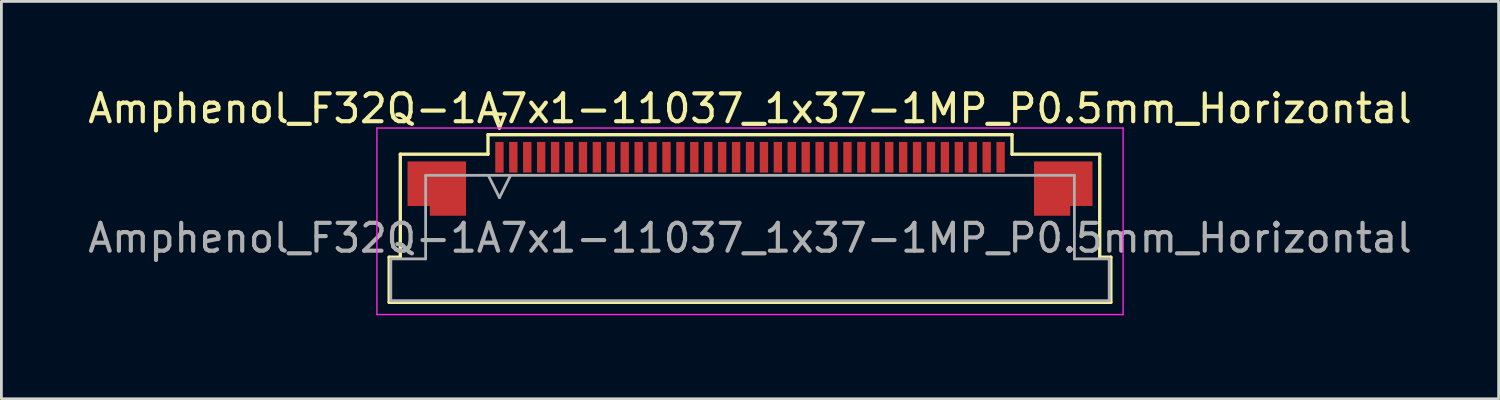
<source format=kicad_pcb>
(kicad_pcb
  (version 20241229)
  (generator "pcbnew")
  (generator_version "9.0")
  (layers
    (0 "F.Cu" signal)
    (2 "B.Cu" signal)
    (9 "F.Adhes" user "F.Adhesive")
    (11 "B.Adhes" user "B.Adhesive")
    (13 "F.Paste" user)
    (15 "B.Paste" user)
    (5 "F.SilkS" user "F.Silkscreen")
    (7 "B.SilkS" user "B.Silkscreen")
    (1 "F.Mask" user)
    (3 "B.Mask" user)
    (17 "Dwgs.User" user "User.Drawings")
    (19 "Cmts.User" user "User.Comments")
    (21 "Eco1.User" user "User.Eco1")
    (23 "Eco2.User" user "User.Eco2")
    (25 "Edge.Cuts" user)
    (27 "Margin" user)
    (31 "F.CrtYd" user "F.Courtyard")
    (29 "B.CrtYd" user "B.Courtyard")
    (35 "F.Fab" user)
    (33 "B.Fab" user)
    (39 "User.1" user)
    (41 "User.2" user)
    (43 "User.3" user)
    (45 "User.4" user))
  (footprint "Amphenol_F32Q-1A7x1-11037_1x37-1MP_P0.5mm_Horizontal"
    (layer "F.Cu")
    (at 23.887 5.498)
    (property "Reference" "Amphenol_F32Q-1A7x1-11037_1x37-1MP_P0.5mm_Horizontal" (at 0 -4.65 0) (layer "F.SilkS") (effects (font (size 1 1) (thickness 0.15))))
    (attr smd)
    (fp_line (start -12.96 0.69) (end -12.56 0.69) (stroke (width 0.12) (type solid)) (layer "F.SilkS"))
    (fp_line (start -12.96 2.31) (end -12.96 0.69) (stroke (width 0.12) (type solid)) (layer "F.SilkS"))
    (fp_line (start -12.56 -3.01) (end -9.41 -3.01) (stroke (width 0.12) (type solid)) (layer "F.SilkS"))
    (fp_line (start -12.56 0.69) (end -12.56 -3.01) (stroke (width 0.12) (type solid)) (layer "F.SilkS"))
    (fp_line (start -9.41 -3.71) (end 9.41 -3.71) (stroke (width 0.12) (type solid)) (layer "F.SilkS"))
    (fp_line (start -9.41 -3.01) (end -9.41 -3.71) (stroke (width 0.12) (type solid)) (layer "F.SilkS"))
    (fp_line (start -9.2 -4.45) (end -9 -3.95) (stroke (width 0.12) (type solid)) (layer "F.SilkS"))
    (fp_line (start -9 -3.95) (end -8.8 -4.45) (stroke (width 0.12) (type solid)) (layer "F.SilkS"))
    (fp_line (start -8.8 -4.45) (end -9.2 -4.45) (stroke (width 0.12) (type solid)) (layer "F.SilkS"))
    (fp_line (start 9.41 -3.71) (end 9.41 -3.01) (stroke (width 0.12) (type solid)) (layer "F.SilkS"))
    (fp_line (start 9.41 -3.01) (end 12.56 -3.01) (stroke (width 0.12) (type solid)) (layer "F.SilkS"))
    (fp_line (start 12.56 -3.01) (end 12.56 0.69) (stroke (width 0.12) (type solid)) (layer "F.SilkS"))
    (fp_line (start 12.56 0.69) (end 12.96 0.69) (stroke (width 0.12) (type solid)) (layer "F.SilkS"))
    (fp_line (start 12.96 0.69) (end 12.96 2.31) (stroke (width 0.12) (type solid)) (layer "F.SilkS"))
    (fp_line (start 12.96 2.31) (end -12.96 2.31) (stroke (width 0.12) (type solid)) (layer "F.SilkS"))
    (fp_line (start -13.4 -3.95) (end -13.4 2.75) (stroke (width 0.05) (type solid)) (layer "F.CrtYd"))
    (fp_line (start -13.4 2.75) (end 13.4 2.75) (stroke (width 0.05) (type solid)) (layer "F.CrtYd"))
    (fp_line (start 13.4 -3.95) (end -13.4 -3.95) (stroke (width 0.05) (type solid)) (layer "F.CrtYd"))
    (fp_line (start 13.4 2.75) (end 13.4 -3.95) (stroke (width 0.05) (type solid)) (layer "F.CrtYd"))
    (fp_line (start -12.9 0.75) (end -11.65 0.75) (stroke (width 0.1) (type solid)) (layer "F.Fab"))
    (fp_line (start -12.9 2.25) (end -12.9 0.75) (stroke (width 0.1) (type solid)) (layer "F.Fab"))
    (fp_line (start -11.65 -2.25) (end 11.65 -2.25) (stroke (width 0.1) (type solid)) (layer "F.Fab"))
    (fp_line (start -11.65 0.75) (end -11.65 -2.25) (stroke (width 0.1) (type solid)) (layer "F.Fab"))
    (fp_line (start -9.4 -2.25) (end -9 -1.45) (stroke (width 0.1) (type solid)) (layer "F.Fab"))
    (fp_line (start -9 -1.45) (end -8.6 -2.25) (stroke (width 0.1) (type solid)) (layer "F.Fab"))
    (fp_line (start 11.65 -2.25) (end 11.65 0.75) (stroke (width 0.1) (type solid)) (layer "F.Fab"))
    (fp_line (start 11.65 0.75) (end 12.9 0.75) (stroke (width 0.1) (type solid)) (layer "F.Fab"))
    (fp_line (start 12.9 0.75) (end 12.9 2.25) (stroke (width 0.1) (type solid)) (layer "F.Fab"))
    (fp_line (start 12.9 2.25) (end -12.9 2.25) (stroke (width 0.1) (type solid)) (layer "F.Fab"))
    (fp_text user "${REFERENCE}" (at 0 0 0) (layer "F.Fab") (effects (font (size 1 1) (thickness 0.15))))
    (pad "1" smd rect (at -9 -2.9) (size 0.3 1.1) (layers "F.Cu" "F.Mask" "F.Paste"))
    (pad "2" smd rect (at -8.5 -2.9) (size 0.3 1.1) (layers "F.Cu" "F.Mask" "F.Paste"))
    (pad "3" smd rect (at -8 -2.9) (size 0.3 1.1) (layers "F.Cu" "F.Mask" "F.Paste"))
    (pad "4" smd rect (at -7.5 -2.9) (size 0.3 1.1) (layers "F.Cu" "F.Mask" "F.Paste"))
    (pad "5" smd rect (at -7 -2.9) (size 0.3 1.1) (layers "F.Cu" "F.Mask" "F.Paste"))
    (pad "6" smd rect (at -6.5 -2.9) (size 0.3 1.1) (layers "F.Cu" "F.Mask" "F.Paste"))
    (pad "7" smd rect (at -6 -2.9) (size 0.3 1.1) (layers "F.Cu" "F.Mask" "F.Paste"))
    (pad "8" smd rect (at -5.5 -2.9) (size 0.3 1.1) (layers "F.Cu" "F.Mask" "F.Paste"))
    (pad "9" smd rect (at -5 -2.9) (size 0.3 1.1) (layers "F.Cu" "F.Mask" "F.Paste"))
    (pad "10" smd rect (at -4.5 -2.9) (size 0.3 1.1) (layers "F.Cu" "F.Mask" "F.Paste"))
    (pad "11" smd rect (at -4 -2.9) (size 0.3 1.1) (layers "F.Cu" "F.Mask" "F.Paste"))
    (pad "12" smd rect (at -3.5 -2.9) (size 0.3 1.1) (layers "F.Cu" "F.Mask" "F.Paste"))
    (pad "13" smd rect (at -3 -2.9) (size 0.3 1.1) (layers "F.Cu" "F.Mask" "F.Paste"))
    (pad "14" smd rect (at -2.5 -2.9) (size 0.3 1.1) (layers "F.Cu" "F.Mask" "F.Paste"))
    (pad "15" smd rect (at -2 -2.9) (size 0.3 1.1) (layers "F.Cu" "F.Mask" "F.Paste"))
    (pad "16" smd rect (at -1.5 -2.9) (size 0.3 1.1) (layers "F.Cu" "F.Mask" "F.Paste"))
    (pad "17" smd rect (at -1 -2.9) (size 0.3 1.1) (layers "F.Cu" "F.Mask" "F.Paste"))
    (pad "18" smd rect (at -0.5 -2.9) (size 0.3 1.1) (layers "F.Cu" "F.Mask" "F.Paste"))
    (pad "19" smd rect (at 0 -2.9) (size 0.3 1.1) (layers "F.Cu" "F.Mask" "F.Paste"))
    (pad "20" smd rect (at 0.5 -2.9) (size 0.3 1.1) (layers "F.Cu" "F.Mask" "F.Paste"))
    (pad "21" smd rect (at 1 -2.9) (size 0.3 1.1) (layers "F.Cu" "F.Mask" "F.Paste"))
    (pad "22" smd rect (at 1.5 -2.9) (size 0.3 1.1) (layers "F.Cu" "F.Mask" "F.Paste"))
    (pad "23" smd rect (at 2 -2.9) (size 0.3 1.1) (layers "F.Cu" "F.Mask" "F.Paste"))
    (pad "24" smd rect (at 2.5 -2.9) (size 0.3 1.1) (layers "F.Cu" "F.Mask" "F.Paste"))
    (pad "25" smd rect (at 3 -2.9) (size 0.3 1.1) (layers "F.Cu" "F.Mask" "F.Paste"))
    (pad "26" smd rect (at 3.5 -2.9) (size 0.3 1.1) (layers "F.Cu" "F.Mask" "F.Paste"))
    (pad "27" smd rect (at 4 -2.9) (size 0.3 1.1) (layers "F.Cu" "F.Mask" "F.Paste"))
    (pad "28" smd rect (at 4.5 -2.9) (size 0.3 1.1) (layers "F.Cu" "F.Mask" "F.Paste"))
    (pad "29" smd rect (at 5 -2.9) (size 0.3 1.1) (layers "F.Cu" "F.Mask" "F.Paste"))
    (pad "30" smd rect (at 5.5 -2.9) (size 0.3 1.1) (layers "F.Cu" "F.Mask" "F.Paste"))
    (pad "31" smd rect (at 6 -2.9) (size 0.3 1.1) (layers "F.Cu" "F.Mask" "F.Paste"))
    (pad "32" smd rect (at 6.5 -2.9) (size 0.3 1.1) (layers "F.Cu" "F.Mask" "F.Paste"))
    (pad "33" smd rect (at 7 -2.9) (size 0.3 1.1) (layers "F.Cu" "F.Mask" "F.Paste"))
    (pad "34" smd rect (at 7.5 -2.9) (size 0.3 1.1) (layers "F.Cu" "F.Mask" "F.Paste"))
    (pad "35" smd rect (at 8 -2.9) (size 0.3 1.1) (layers "F.Cu" "F.Mask" "F.Paste"))
    (pad "36" smd rect (at 8.5 -2.9) (size 0.3 1.1) (layers "F.Cu" "F.Mask" "F.Paste"))
    (pad "37" smd rect (at 9 -2.9) (size 0.3 1.1) (layers "F.Cu" "F.Mask" "F.Paste"))
    (pad "MP" smd custom (at -11.25 -1.775) (size 1 1) (layers "F.Cu" "F.Mask" "F.Paste") (options (anchor circle)) (primitives (gr_poly (pts (xy 1.05 -0.975) (xy 1.05 0.975) (xy -0.25 0.975) (xy -0.25 0.625) (xy -1.05 0.625) (xy -1.05 -0.975) (xy 1.05 -0.975)) (width 0) (fill yes))))
    (pad "MP" smd custom (at 11.25 -1.775) (size 1 1) (layers "F.Cu" "F.Mask" "F.Paste") (options (anchor circle)) (primitives (gr_poly (pts (xy -1.05 -0.975) (xy -1.05 0.975) (xy 0.25 0.975) (xy 0.25 0.625) (xy 1.05 0.625) (xy 1.05 -0.975) (xy -1.05 -0.975)) (width 0) (fill yes)))))
  (gr_rect
    (start -3 -3)
    (end 50.774 11.273)
    (stroke (width 0.1) (type default))
    (fill no)
    (layer "Edge.Cuts")))
</source>
